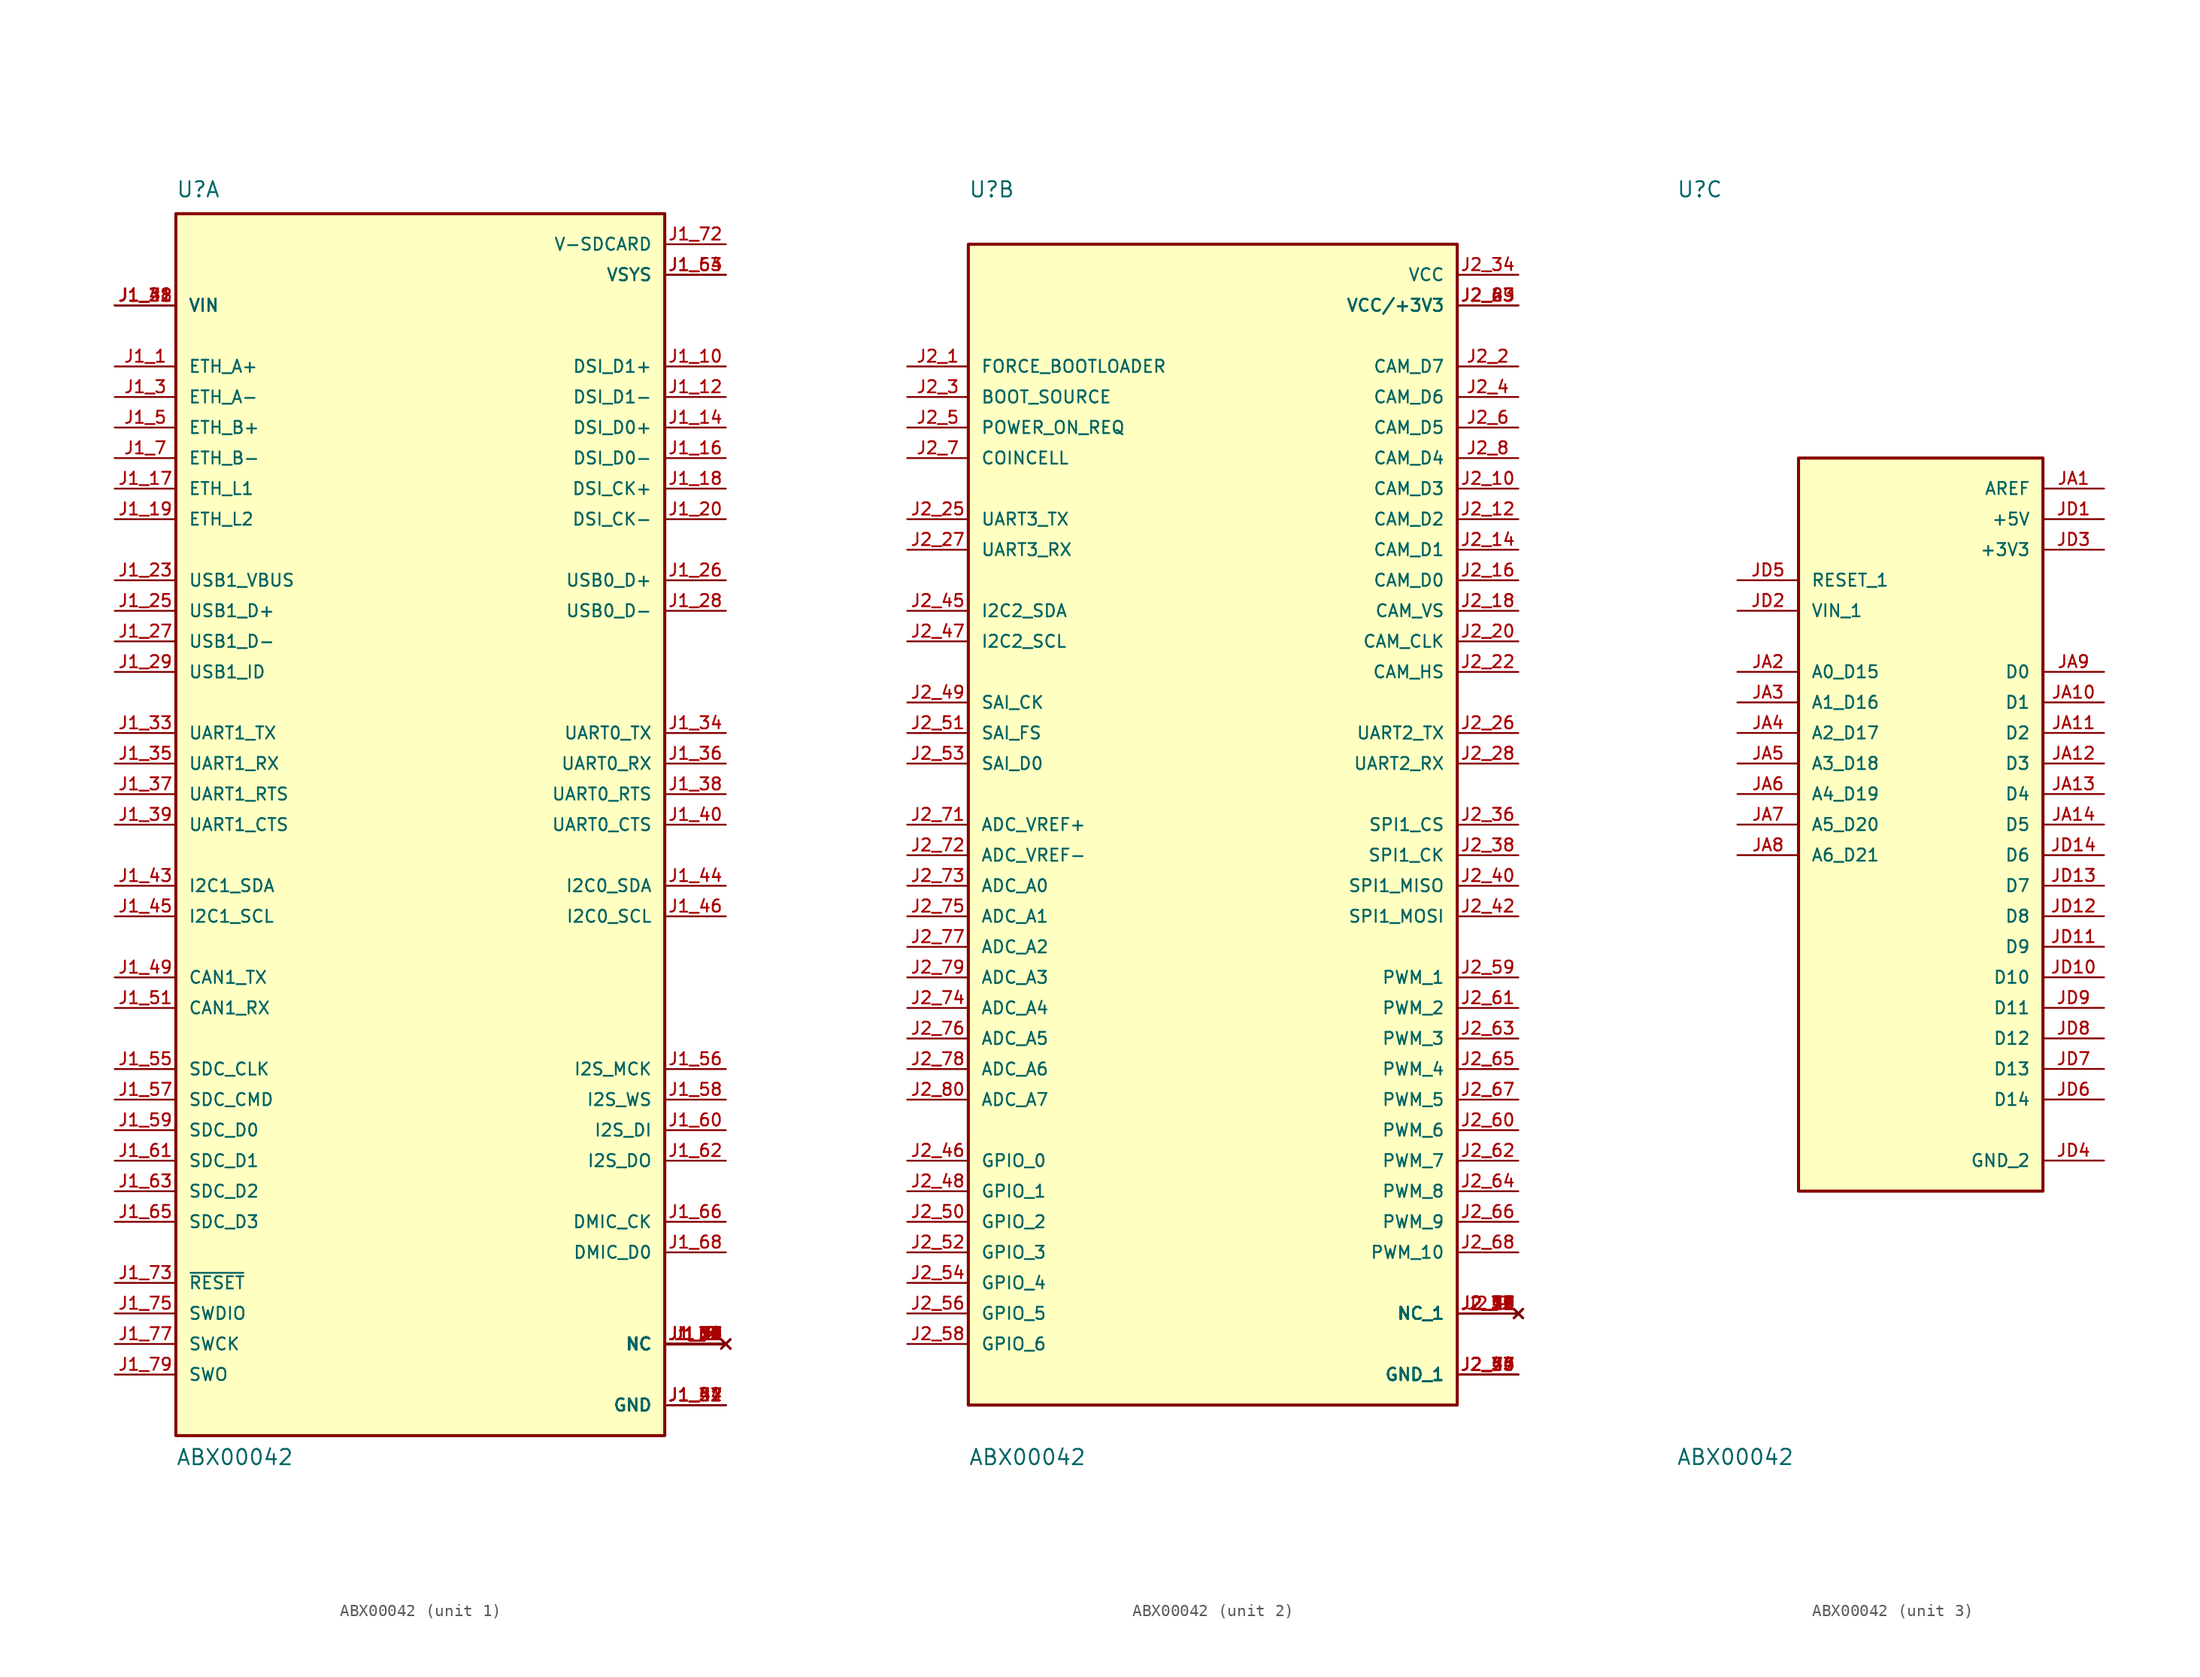
<source format=kicad_sym>
(kicad_symbol_lib
  (version 20220914)
  (generator kicad_symbol_editor)
  (symbol "ABX00042"
    (pin_names
      (offset 1.016))
    (property "Reference" "U"
      (at -20.32 52.07 0)
      (effects (font (size 1.27 1.27)) (justify left bottom)))
    (property "Value" "ABX00042"
      (at -20.32 -53.34 0)
      (effects (font (size 1.27 1.27)) (justify left bottom)))
    (symbol "ABX00042_1_0"
      (rectangle (start -20.32 50.8) (end 20.32 -50.8) (stroke (width 0.254) (type default)) (fill (type background)))
      (pin input line (at -25.4 38.1 0) (length 5.08) (name "ETH_A+" (effects (font (size 1.016 1.016)))) (number "J1_1" (effects (font (size 1.016 1.016)))))
      (pin bidirectional line (at 25.4 38.1 180) (length 5.08) (name "DSI_D1+" (effects (font (size 1.016 1.016)))) (number "J1_10" (effects (font (size 1.016 1.016)))))
      (pin no_connect line (at 25.4 -43.18 180) (length 5.08) (name "NC" (effects (font (size 1.016 1.016)))) (number "J1_11" (effects (font (size 1.016 1.016)))))
      (pin bidirectional line (at 25.4 35.56 180) (length 5.08) (name "DSI_D1-" (effects (font (size 1.016 1.016)))) (number "J1_12" (effects (font (size 1.016 1.016)))))
      (pin no_connect line (at 25.4 -43.18 180) (length 5.08) (name "NC" (effects (font (size 1.016 1.016)))) (number "J1_13" (effects (font (size 1.016 1.016)))))
      (pin bidirectional line (at 25.4 33.02 180) (length 5.08) (name "DSI_D0+" (effects (font (size 1.016 1.016)))) (number "J1_14" (effects (font (size 1.016 1.016)))))
      (pin no_connect line (at 25.4 -43.18 180) (length 5.08) (name "NC" (effects (font (size 1.016 1.016)))) (number "J1_15" (effects (font (size 1.016 1.016)))))
      (pin bidirectional line (at 25.4 30.48 180) (length 5.08) (name "DSI_D0-" (effects (font (size 1.016 1.016)))) (number "J1_16" (effects (font (size 1.016 1.016)))))
      (pin output line (at -25.4 27.94 0) (length 5.08) (name "ETH_L1" (effects (font (size 1.016 1.016)))) (number "J1_17" (effects (font (size 1.016 1.016)))))
      (pin bidirectional line (at 25.4 27.94 180) (length 5.08) (name "DSI_CK+" (effects (font (size 1.016 1.016)))) (number "J1_18" (effects (font (size 1.016 1.016)))))
      (pin output line (at -25.4 25.4 0) (length 5.08) (name "ETH_L2" (effects (font (size 1.016 1.016)))) (number "J1_19" (effects (font (size 1.016 1.016)))))
      (pin no_connect line (at 25.4 -43.18 180) (length 5.08) (name "NC" (effects (font (size 1.016 1.016)))) (number "J1_2" (effects (font (size 1.016 1.016)))))
      (pin bidirectional line (at 25.4 25.4 180) (length 5.08) (name "DSI_CK-" (effects (font (size 1.016 1.016)))) (number "J1_20" (effects (font (size 1.016 1.016)))))
      (pin input line (at -25.4 43.18 0) (length 5.08) (name "VIN" (effects (font (size 1.016 1.016)))) (number "J1_21" (effects (font (size 1.016 1.016)))))
      (pin power_in line (at 25.4 -48.26 180) (length 5.08) (name "GND" (effects (font (size 1.016 1.016)))) (number "J1_22" (effects (font (size 1.016 1.016)))))
      (pin power_in line (at -25.4 20.32 0) (length 5.08) (name "USB1_VBUS" (effects (font (size 1.016 1.016)))) (number "J1_23" (effects (font (size 1.016 1.016)))))
      (pin no_connect line (at 25.4 -43.18 180) (length 5.08) (name "NC" (effects (font (size 1.016 1.016)))) (number "J1_24" (effects (font (size 1.016 1.016)))))
      (pin bidirectional line (at -25.4 17.78 0) (length 5.08) (name "USB1_D+" (effects (font (size 1.016 1.016)))) (number "J1_25" (effects (font (size 1.016 1.016)))))
      (pin bidirectional line (at 25.4 20.32 180) (length 5.08) (name "USB0_D+" (effects (font (size 1.016 1.016)))) (number "J1_26" (effects (font (size 1.016 1.016)))))
      (pin bidirectional line (at -25.4 15.24 0) (length 5.08) (name "USB1_D-" (effects (font (size 1.016 1.016)))) (number "J1_27" (effects (font (size 1.016 1.016)))))
      (pin bidirectional line (at 25.4 17.78 180) (length 5.08) (name "USB0_D-" (effects (font (size 1.016 1.016)))) (number "J1_28" (effects (font (size 1.016 1.016)))))
      (pin bidirectional line (at -25.4 12.7 0) (length 5.08) (name "USB1_ID" (effects (font (size 1.016 1.016)))) (number "J1_29" (effects (font (size 1.016 1.016)))))
      (pin input line (at -25.4 35.56 0) (length 5.08) (name "ETH_A-" (effects (font (size 1.016 1.016)))) (number "J1_3" (effects (font (size 1.016 1.016)))))
      (pin no_connect line (at 25.4 -43.18 180) (length 5.08) (name "NC" (effects (font (size 1.016 1.016)))) (number "J1_30" (effects (font (size 1.016 1.016)))))
      (pin power_in line (at 25.4 -48.26 180) (length 5.08) (name "GND" (effects (font (size 1.016 1.016)))) (number "J1_31" (effects (font (size 1.016 1.016)))))
      (pin input line (at -25.4 43.18 0) (length 5.08) (name "VIN" (effects (font (size 1.016 1.016)))) (number "J1_32" (effects (font (size 1.016 1.016)))))
      (pin output line (at -25.4 7.62 0) (length 5.08) (name "UART1_TX" (effects (font (size 1.016 1.016)))) (number "J1_33" (effects (font (size 1.016 1.016)))))
      (pin output line (at 25.4 7.62 180) (length 5.08) (name "UART0_TX" (effects (font (size 1.016 1.016)))) (number "J1_34" (effects (font (size 1.016 1.016)))))
      (pin input line (at -25.4 5.08 0) (length 5.08) (name "UART1_RX" (effects (font (size 1.016 1.016)))) (number "J1_35" (effects (font (size 1.016 1.016)))))
      (pin input line (at 25.4 5.08 180) (length 5.08) (name "UART0_RX" (effects (font (size 1.016 1.016)))) (number "J1_36" (effects (font (size 1.016 1.016)))))
      (pin bidirectional line (at -25.4 2.54 0) (length 5.08) (name "UART1_RTS" (effects (font (size 1.016 1.016)))) (number "J1_37" (effects (font (size 1.016 1.016)))))
      (pin bidirectional line (at 25.4 2.54 180) (length 5.08) (name "UART0_RTS" (effects (font (size 1.016 1.016)))) (number "J1_38" (effects (font (size 1.016 1.016)))))
      (pin bidirectional line (at -25.4 0 0) (length 5.08) (name "UART1_CTS" (effects (font (size 1.016 1.016)))) (number "J1_39" (effects (font (size 1.016 1.016)))))
      (pin no_connect line (at 25.4 -43.18 180) (length 5.08) (name "NC" (effects (font (size 1.016 1.016)))) (number "J1_4" (effects (font (size 1.016 1.016)))))
      (pin bidirectional line (at 25.4 0 180) (length 5.08) (name "UART0_CTS" (effects (font (size 1.016 1.016)))) (number "J1_40" (effects (font (size 1.016 1.016)))))
      (pin input line (at -25.4 43.18 0) (length 5.08) (name "VIN" (effects (font (size 1.016 1.016)))) (number "J1_41" (effects (font (size 1.016 1.016)))))
      (pin power_in line (at 25.4 -48.26 180) (length 5.08) (name "GND" (effects (font (size 1.016 1.016)))) (number "J1_42" (effects (font (size 1.016 1.016)))))
      (pin bidirectional line (at -25.4 -5.08 0) (length 5.08) (name "I2C1_SDA" (effects (font (size 1.016 1.016)))) (number "J1_43" (effects (font (size 1.016 1.016)))))
      (pin bidirectional line (at 25.4 -5.08 180) (length 5.08) (name "I2C0_SDA" (effects (font (size 1.016 1.016)))) (number "J1_44" (effects (font (size 1.016 1.016)))))
      (pin input line (at -25.4 -7.62 0) (length 5.08) (name "I2C1_SCL" (effects (font (size 1.016 1.016)))) (number "J1_45" (effects (font (size 1.016 1.016)))))
      (pin input line (at 25.4 -7.62 180) (length 5.08) (name "I2C0_SCL" (effects (font (size 1.016 1.016)))) (number "J1_46" (effects (font (size 1.016 1.016)))))
      (pin power_in line (at 25.4 -48.26 180) (length 5.08) (name "GND" (effects (font (size 1.016 1.016)))) (number "J1_47" (effects (font (size 1.016 1.016)))))
      (pin input line (at -25.4 43.18 0) (length 5.08) (name "VIN" (effects (font (size 1.016 1.016)))) (number "J1_48" (effects (font (size 1.016 1.016)))))
      (pin output line (at -25.4 -12.7 0) (length 5.08) (name "CAN1_TX" (effects (font (size 1.016 1.016)))) (number "J1_49" (effects (font (size 1.016 1.016)))))
      (pin input line (at -25.4 33.02 0) (length 5.08) (name "ETH_B+" (effects (font (size 1.016 1.016)))) (number "J1_5" (effects (font (size 1.016 1.016)))))
      (pin no_connect line (at 25.4 -43.18 180) (length 5.08) (name "NC" (effects (font (size 1.016 1.016)))) (number "J1_50" (effects (font (size 1.016 1.016)))))
      (pin input line (at -25.4 -15.24 0) (length 5.08) (name "CAN1_RX" (effects (font (size 1.016 1.016)))) (number "J1_51" (effects (font (size 1.016 1.016)))))
      (pin no_connect line (at 25.4 -43.18 180) (length 5.08) (name "NC" (effects (font (size 1.016 1.016)))) (number "J1_52" (effects (font (size 1.016 1.016)))))
      (pin power_in line (at 25.4 45.72 180) (length 5.08) (name "VSYS" (effects (font (size 1.016 1.016)))) (number "J1_53" (effects (font (size 1.016 1.016)))))
      (pin power_in line (at 25.4 -48.26 180) (length 5.08) (name "GND" (effects (font (size 1.016 1.016)))) (number "J1_54" (effects (font (size 1.016 1.016)))))
      (pin input line (at -25.4 -20.32 0) (length 5.08) (name "SDC_CLK" (effects (font (size 1.016 1.016)))) (number "J1_55" (effects (font (size 1.016 1.016)))))
      (pin bidirectional line (at 25.4 -20.32 180) (length 5.08) (name "I2S_MCK" (effects (font (size 1.016 1.016)))) (number "J1_56" (effects (font (size 1.016 1.016)))))
      (pin input line (at -25.4 -22.86 0) (length 5.08) (name "SDC_CMD" (effects (font (size 1.016 1.016)))) (number "J1_57" (effects (font (size 1.016 1.016)))))
      (pin bidirectional line (at 25.4 -22.86 180) (length 5.08) (name "I2S_WS" (effects (font (size 1.016 1.016)))) (number "J1_58" (effects (font (size 1.016 1.016)))))
      (pin bidirectional line (at -25.4 -25.4 0) (length 5.08) (name "SDC_D0" (effects (font (size 1.016 1.016)))) (number "J1_59" (effects (font (size 1.016 1.016)))))
      (pin no_connect line (at 25.4 -43.18 180) (length 5.08) (name "NC" (effects (font (size 1.016 1.016)))) (number "J1_6" (effects (font (size 1.016 1.016)))))
      (pin input line (at 25.4 -25.4 180) (length 5.08) (name "I2S_DI" (effects (font (size 1.016 1.016)))) (number "J1_60" (effects (font (size 1.016 1.016)))))
      (pin bidirectional line (at -25.4 -27.94 0) (length 5.08) (name "SDC_D1" (effects (font (size 1.016 1.016)))) (number "J1_61" (effects (font (size 1.016 1.016)))))
      (pin output line (at 25.4 -27.94 180) (length 5.08) (name "I2S_DO" (effects (font (size 1.016 1.016)))) (number "J1_62" (effects (font (size 1.016 1.016)))))
      (pin bidirectional line (at -25.4 -30.48 0) (length 5.08) (name "SDC_D2" (effects (font (size 1.016 1.016)))) (number "J1_63" (effects (font (size 1.016 1.016)))))
      (pin power_in line (at 25.4 45.72 180) (length 5.08) (name "VSYS" (effects (font (size 1.016 1.016)))) (number "J1_64" (effects (font (size 1.016 1.016)))))
      (pin bidirectional line (at -25.4 -33.02 0) (length 5.08) (name "SDC_D3" (effects (font (size 1.016 1.016)))) (number "J1_65" (effects (font (size 1.016 1.016)))))
      (pin bidirectional line (at 25.4 -33.02 180) (length 5.08) (name "DMIC_CK" (effects (font (size 1.016 1.016)))) (number "J1_66" (effects (font (size 1.016 1.016)))))
      (pin no_connect line (at 25.4 -43.18 180) (length 5.08) (name "NC" (effects (font (size 1.016 1.016)))) (number "J1_67" (effects (font (size 1.016 1.016)))))
      (pin bidirectional line (at 25.4 -35.56 180) (length 5.08) (name "DMIC_D0" (effects (font (size 1.016 1.016)))) (number "J1_68" (effects (font (size 1.016 1.016)))))
      (pin no_connect line (at 25.4 -43.18 180) (length 5.08) (name "NC" (effects (font (size 1.016 1.016)))) (number "J1_69" (effects (font (size 1.016 1.016)))))
      (pin input line (at -25.4 30.48 0) (length 5.08) (name "ETH_B-" (effects (font (size 1.016 1.016)))) (number "J1_7" (effects (font (size 1.016 1.016)))))
      (pin no_connect line (at 25.4 -43.18 180) (length 5.08) (name "NC" (effects (font (size 1.016 1.016)))) (number "J1_70" (effects (font (size 1.016 1.016)))))
      (pin no_connect line (at 25.4 -43.18 180) (length 5.08) (name "NC" (effects (font (size 1.016 1.016)))) (number "J1_71" (effects (font (size 1.016 1.016)))))
      (pin power_in line (at 25.4 48.26 180) (length 5.08) (name "V-SDCARD" (effects (font (size 1.016 1.016)))) (number "J1_72" (effects (font (size 1.016 1.016)))))
      (pin input line (at -25.4 -38.1 0) (length 5.08) (name "~{RESET}" (effects (font (size 1.016 1.016)))) (number "J1_73" (effects (font (size 1.016 1.016)))))
      (pin no_connect line (at 25.4 -43.18 180) (length 5.08) (name "NC" (effects (font (size 1.016 1.016)))) (number "J1_74" (effects (font (size 1.016 1.016)))))
      (pin bidirectional line (at -25.4 -40.64 0) (length 5.08) (name "SWDIO" (effects (font (size 1.016 1.016)))) (number "J1_75" (effects (font (size 1.016 1.016)))))
      (pin no_connect line (at 25.4 -43.18 180) (length 5.08) (name "NC" (effects (font (size 1.016 1.016)))) (number "J1_76" (effects (font (size 1.016 1.016)))))
      (pin input line (at -25.4 -43.18 0) (length 5.08) (name "SWCK" (effects (font (size 1.016 1.016)))) (number "J1_77" (effects (font (size 1.016 1.016)))))
      (pin no_connect line (at 25.4 -43.18 180) (length 5.08) (name "NC" (effects (font (size 1.016 1.016)))) (number "J1_78" (effects (font (size 1.016 1.016)))))
      (pin output line (at -25.4 -45.72 0) (length 5.08) (name "SWO" (effects (font (size 1.016 1.016)))) (number "J1_79" (effects (font (size 1.016 1.016)))))
      (pin no_connect line (at 25.4 -43.18 180) (length 5.08) (name "NC" (effects (font (size 1.016 1.016)))) (number "J1_8" (effects (font (size 1.016 1.016)))))
      (pin no_connect line (at 25.4 -43.18 180) (length 5.08) (name "NC" (effects (font (size 1.016 1.016)))) (number "J1_80" (effects (font (size 1.016 1.016)))))
      (pin no_connect line (at 25.4 -43.18 180) (length 5.08) (name "NC" (effects (font (size 1.016 1.016)))) (number "J1_9" (effects (font (size 1.016 1.016))))))
    (symbol "ABX00042_2_0"
      (rectangle (start -20.32 -48.26) (end 20.32 48.26) (stroke (width 0.254) (type default)) (fill (type background)))
      (pin input line (at -25.4 38.1 0) (length 5.08) (name "FORCE_BOOTLOADER" (effects (font (size 1.016 1.016)))) (number "J2_1" (effects (font (size 1.016 1.016)))))
      (pin bidirectional line (at 25.4 27.94 180) (length 5.08) (name "CAM_D3" (effects (font (size 1.016 1.016)))) (number "J2_10" (effects (font (size 1.016 1.016)))))
      (pin no_connect line (at 25.4 -40.64 180) (length 5.08) (name "NC_1" (effects (font (size 1.016 1.016)))) (number "J2_11" (effects (font (size 1.016 1.016)))))
      (pin bidirectional line (at 25.4 25.4 180) (length 5.08) (name "CAM_D2" (effects (font (size 1.016 1.016)))) (number "J2_12" (effects (font (size 1.016 1.016)))))
      (pin no_connect line (at 25.4 -40.64 180) (length 5.08) (name "NC_1" (effects (font (size 1.016 1.016)))) (number "J2_13" (effects (font (size 1.016 1.016)))))
      (pin bidirectional line (at 25.4 22.86 180) (length 5.08) (name "CAM_D1" (effects (font (size 1.016 1.016)))) (number "J2_14" (effects (font (size 1.016 1.016)))))
      (pin no_connect line (at 25.4 -40.64 180) (length 5.08) (name "NC_1" (effects (font (size 1.016 1.016)))) (number "J2_15" (effects (font (size 1.016 1.016)))))
      (pin bidirectional line (at 25.4 20.32 180) (length 5.08) (name "CAM_D0" (effects (font (size 1.016 1.016)))) (number "J2_16" (effects (font (size 1.016 1.016)))))
      (pin no_connect line (at 25.4 -40.64 180) (length 5.08) (name "NC_1" (effects (font (size 1.016 1.016)))) (number "J2_17" (effects (font (size 1.016 1.016)))))
      (pin bidirectional line (at 25.4 17.78 180) (length 5.08) (name "CAM_VS" (effects (font (size 1.016 1.016)))) (number "J2_18" (effects (font (size 1.016 1.016)))))
      (pin no_connect line (at 25.4 -40.64 180) (length 5.08) (name "NC_1" (effects (font (size 1.016 1.016)))) (number "J2_19" (effects (font (size 1.016 1.016)))))
      (pin bidirectional line (at 25.4 38.1 180) (length 5.08) (name "CAM_D7" (effects (font (size 1.016 1.016)))) (number "J2_2" (effects (font (size 1.016 1.016)))))
      (pin bidirectional line (at 25.4 15.24 180) (length 5.08) (name "CAM_CLK" (effects (font (size 1.016 1.016)))) (number "J2_20" (effects (font (size 1.016 1.016)))))
      (pin no_connect line (at 25.4 -40.64 180) (length 5.08) (name "NC_1" (effects (font (size 1.016 1.016)))) (number "J2_21" (effects (font (size 1.016 1.016)))))
      (pin bidirectional line (at 25.4 12.7 180) (length 5.08) (name "CAM_HS" (effects (font (size 1.016 1.016)))) (number "J2_22" (effects (font (size 1.016 1.016)))))
      (pin power_in line (at 25.4 43.18 180) (length 5.08) (name "VCC/+3V3" (effects (font (size 1.016 1.016)))) (number "J2_23" (effects (font (size 1.016 1.016)))))
      (pin power_in line (at 25.4 -45.72 180) (length 5.08) (name "GND_1" (effects (font (size 1.016 1.016)))) (number "J2_24" (effects (font (size 1.016 1.016)))))
      (pin output line (at -25.4 25.4 0) (length 5.08) (name "UART3_TX" (effects (font (size 1.016 1.016)))) (number "J2_25" (effects (font (size 1.016 1.016)))))
      (pin output line (at 25.4 7.62 180) (length 5.08) (name "UART2_TX" (effects (font (size 1.016 1.016)))) (number "J2_26" (effects (font (size 1.016 1.016)))))
      (pin input line (at -25.4 22.86 0) (length 5.08) (name "UART3_RX" (effects (font (size 1.016 1.016)))) (number "J2_27" (effects (font (size 1.016 1.016)))))
      (pin input line (at 25.4 5.08 180) (length 5.08) (name "UART2_RX" (effects (font (size 1.016 1.016)))) (number "J2_28" (effects (font (size 1.016 1.016)))))
      (pin no_connect line (at 25.4 -40.64 180) (length 5.08) (name "NC_1" (effects (font (size 1.016 1.016)))) (number "J2_29" (effects (font (size 1.016 1.016)))))
      (pin input line (at -25.4 35.56 0) (length 5.08) (name "BOOT_SOURCE" (effects (font (size 1.016 1.016)))) (number "J2_3" (effects (font (size 1.016 1.016)))))
      (pin no_connect line (at 25.4 -40.64 180) (length 5.08) (name "NC_1" (effects (font (size 1.016 1.016)))) (number "J2_30" (effects (font (size 1.016 1.016)))))
      (pin no_connect line (at 25.4 -40.64 180) (length 5.08) (name "NC_1" (effects (font (size 1.016 1.016)))) (number "J2_31" (effects (font (size 1.016 1.016)))))
      (pin no_connect line (at 25.4 -40.64 180) (length 5.08) (name "NC_1" (effects (font (size 1.016 1.016)))) (number "J2_32" (effects (font (size 1.016 1.016)))))
      (pin power_in line (at 25.4 -45.72 180) (length 5.08) (name "GND_1" (effects (font (size 1.016 1.016)))) (number "J2_33" (effects (font (size 1.016 1.016)))))
      (pin power_in line (at 25.4 45.72 180) (length 5.08) (name "VCC" (effects (font (size 1.016 1.016)))) (number "J2_34" (effects (font (size 1.016 1.016)))))
      (pin no_connect line (at 25.4 -40.64 180) (length 5.08) (name "NC_1" (effects (font (size 1.016 1.016)))) (number "J2_35" (effects (font (size 1.016 1.016)))))
      (pin input line (at 25.4 0 180) (length 5.08) (name "SPI1_CS" (effects (font (size 1.016 1.016)))) (number "J2_36" (effects (font (size 1.016 1.016)))))
      (pin no_connect line (at 25.4 -40.64 180) (length 5.08) (name "NC_1" (effects (font (size 1.016 1.016)))) (number "J2_37" (effects (font (size 1.016 1.016)))))
      (pin input line (at 25.4 -2.54 180) (length 5.08) (name "SPI1_CK" (effects (font (size 1.016 1.016)))) (number "J2_38" (effects (font (size 1.016 1.016)))))
      (pin no_connect line (at 25.4 -40.64 180) (length 5.08) (name "NC_1" (effects (font (size 1.016 1.016)))) (number "J2_39" (effects (font (size 1.016 1.016)))))
      (pin bidirectional line (at 25.4 35.56 180) (length 5.08) (name "CAM_D6" (effects (font (size 1.016 1.016)))) (number "J2_4" (effects (font (size 1.016 1.016)))))
      (pin output line (at 25.4 -5.08 180) (length 5.08) (name "SPI1_MISO" (effects (font (size 1.016 1.016)))) (number "J2_40" (effects (font (size 1.016 1.016)))))
      (pin no_connect line (at 25.4 -40.64 180) (length 5.08) (name "NC_1" (effects (font (size 1.016 1.016)))) (number "J2_41" (effects (font (size 1.016 1.016)))))
      (pin input line (at 25.4 -7.62 180) (length 5.08) (name "SPI1_MOSI" (effects (font (size 1.016 1.016)))) (number "J2_42" (effects (font (size 1.016 1.016)))))
      (pin power_in line (at 25.4 43.18 180) (length 5.08) (name "VCC/+3V3" (effects (font (size 1.016 1.016)))) (number "J2_43" (effects (font (size 1.016 1.016)))))
      (pin power_in line (at 25.4 -45.72 180) (length 5.08) (name "GND_1" (effects (font (size 1.016 1.016)))) (number "J2_44" (effects (font (size 1.016 1.016)))))
      (pin bidirectional line (at -25.4 17.78 0) (length 5.08) (name "I2C2_SDA" (effects (font (size 1.016 1.016)))) (number "J2_45" (effects (font (size 1.016 1.016)))))
      (pin bidirectional line (at -25.4 -27.94 0) (length 5.08) (name "GPIO_0" (effects (font (size 1.016 1.016)))) (number "J2_46" (effects (font (size 1.016 1.016)))))
      (pin input line (at -25.4 15.24 0) (length 5.08) (name "I2C2_SCL" (effects (font (size 1.016 1.016)))) (number "J2_47" (effects (font (size 1.016 1.016)))))
      (pin bidirectional line (at -25.4 -30.48 0) (length 5.08) (name "GPIO_1" (effects (font (size 1.016 1.016)))) (number "J2_48" (effects (font (size 1.016 1.016)))))
      (pin input line (at -25.4 10.16 0) (length 5.08) (name "SAI_CK" (effects (font (size 1.016 1.016)))) (number "J2_49" (effects (font (size 1.016 1.016)))))
      (pin input line (at -25.4 33.02 0) (length 5.08) (name "POWER_ON_REQ" (effects (font (size 1.016 1.016)))) (number "J2_5" (effects (font (size 1.016 1.016)))))
      (pin bidirectional line (at -25.4 -33.02 0) (length 5.08) (name "GPIO_2" (effects (font (size 1.016 1.016)))) (number "J2_50" (effects (font (size 1.016 1.016)))))
      (pin bidirectional line (at -25.4 7.62 0) (length 5.08) (name "SAI_FS" (effects (font (size 1.016 1.016)))) (number "J2_51" (effects (font (size 1.016 1.016)))))
      (pin bidirectional line (at -25.4 -35.56 0) (length 5.08) (name "GPIO_3" (effects (font (size 1.016 1.016)))) (number "J2_52" (effects (font (size 1.016 1.016)))))
      (pin bidirectional line (at -25.4 5.08 0) (length 5.08) (name "SAI_D0" (effects (font (size 1.016 1.016)))) (number "J2_53" (effects (font (size 1.016 1.016)))))
      (pin bidirectional line (at -25.4 -38.1 0) (length 5.08) (name "GPIO_4" (effects (font (size 1.016 1.016)))) (number "J2_54" (effects (font (size 1.016 1.016)))))
      (pin no_connect line (at 25.4 -40.64 180) (length 5.08) (name "NC_1" (effects (font (size 1.016 1.016)))) (number "J2_55" (effects (font (size 1.016 1.016)))))
      (pin bidirectional line (at -25.4 -40.64 0) (length 5.08) (name "GPIO_5" (effects (font (size 1.016 1.016)))) (number "J2_56" (effects (font (size 1.016 1.016)))))
      (pin power_in line (at 25.4 -45.72 180) (length 5.08) (name "GND_1" (effects (font (size 1.016 1.016)))) (number "J2_57" (effects (font (size 1.016 1.016)))))
      (pin bidirectional line (at -25.4 -43.18 0) (length 5.08) (name "GPIO_6" (effects (font (size 1.016 1.016)))) (number "J2_58" (effects (font (size 1.016 1.016)))))
      (pin bidirectional line (at 25.4 -12.7 180) (length 5.08) (name "PWM_1" (effects (font (size 1.016 1.016)))) (number "J2_59" (effects (font (size 1.016 1.016)))))
      (pin bidirectional line (at 25.4 33.02 180) (length 5.08) (name "CAM_D5" (effects (font (size 1.016 1.016)))) (number "J2_6" (effects (font (size 1.016 1.016)))))
      (pin bidirectional line (at 25.4 -25.4 180) (length 5.08) (name "PWM_6" (effects (font (size 1.016 1.016)))) (number "J2_60" (effects (font (size 1.016 1.016)))))
      (pin bidirectional line (at 25.4 -15.24 180) (length 5.08) (name "PWM_2" (effects (font (size 1.016 1.016)))) (number "J2_61" (effects (font (size 1.016 1.016)))))
      (pin bidirectional line (at 25.4 -27.94 180) (length 5.08) (name "PWM_7" (effects (font (size 1.016 1.016)))) (number "J2_62" (effects (font (size 1.016 1.016)))))
      (pin bidirectional line (at 25.4 -17.78 180) (length 5.08) (name "PWM_3" (effects (font (size 1.016 1.016)))) (number "J2_63" (effects (font (size 1.016 1.016)))))
      (pin bidirectional line (at 25.4 -30.48 180) (length 5.08) (name "PWM_8" (effects (font (size 1.016 1.016)))) (number "J2_64" (effects (font (size 1.016 1.016)))))
      (pin bidirectional line (at 25.4 -20.32 180) (length 5.08) (name "PWM_4" (effects (font (size 1.016 1.016)))) (number "J2_65" (effects (font (size 1.016 1.016)))))
      (pin bidirectional line (at 25.4 -33.02 180) (length 5.08) (name "PWM_9" (effects (font (size 1.016 1.016)))) (number "J2_66" (effects (font (size 1.016 1.016)))))
      (pin bidirectional line (at 25.4 -22.86 180) (length 5.08) (name "PWM_5" (effects (font (size 1.016 1.016)))) (number "J2_67" (effects (font (size 1.016 1.016)))))
      (pin bidirectional line (at 25.4 -35.56 180) (length 5.08) (name "PWM_10" (effects (font (size 1.016 1.016)))) (number "J2_68" (effects (font (size 1.016 1.016)))))
      (pin power_in line (at 25.4 43.18 180) (length 5.08) (name "VCC/+3V3" (effects (font (size 1.016 1.016)))) (number "J2_69" (effects (font (size 1.016 1.016)))))
      (pin input line (at -25.4 30.48 0) (length 5.08) (name "COINCELL" (effects (font (size 1.016 1.016)))) (number "J2_7" (effects (font (size 1.016 1.016)))))
      (pin power_in line (at 25.4 -45.72 180) (length 5.08) (name "GND_1" (effects (font (size 1.016 1.016)))) (number "J2_70" (effects (font (size 1.016 1.016)))))
      (pin input line (at -25.4 0 0) (length 5.08) (name "ADC_VREF+" (effects (font (size 1.016 1.016)))) (number "J2_71" (effects (font (size 1.016 1.016)))))
      (pin input line (at -25.4 -2.54 0) (length 5.08) (name "ADC_VREF-" (effects (font (size 1.016 1.016)))) (number "J2_72" (effects (font (size 1.016 1.016)))))
      (pin input line (at -25.4 -5.08 0) (length 5.08) (name "ADC_A0" (effects (font (size 1.016 1.016)))) (number "J2_73" (effects (font (size 1.016 1.016)))))
      (pin input line (at -25.4 -15.24 0) (length 5.08) (name "ADC_A4" (effects (font (size 1.016 1.016)))) (number "J2_74" (effects (font (size 1.016 1.016)))))
      (pin input line (at -25.4 -7.62 0) (length 5.08) (name "ADC_A1" (effects (font (size 1.016 1.016)))) (number "J2_75" (effects (font (size 1.016 1.016)))))
      (pin input line (at -25.4 -17.78 0) (length 5.08) (name "ADC_A5" (effects (font (size 1.016 1.016)))) (number "J2_76" (effects (font (size 1.016 1.016)))))
      (pin input line (at -25.4 -10.16 0) (length 5.08) (name "ADC_A2" (effects (font (size 1.016 1.016)))) (number "J2_77" (effects (font (size 1.016 1.016)))))
      (pin input line (at -25.4 -20.32 0) (length 5.08) (name "ADC_A6" (effects (font (size 1.016 1.016)))) (number "J2_78" (effects (font (size 1.016 1.016)))))
      (pin input line (at -25.4 -12.7 0) (length 5.08) (name "ADC_A3" (effects (font (size 1.016 1.016)))) (number "J2_79" (effects (font (size 1.016 1.016)))))
      (pin bidirectional line (at 25.4 30.48 180) (length 5.08) (name "CAM_D4" (effects (font (size 1.016 1.016)))) (number "J2_8" (effects (font (size 1.016 1.016)))))
      (pin input line (at -25.4 -22.86 0) (length 5.08) (name "ADC_A7" (effects (font (size 1.016 1.016)))) (number "J2_80" (effects (font (size 1.016 1.016)))))
      (pin no_connect line (at 25.4 -40.64 180) (length 5.08) (name "NC_1" (effects (font (size 1.016 1.016)))) (number "J2_9" (effects (font (size 1.016 1.016))))))
    (symbol "ABX00042_3_0"
      (rectangle (start -10.16 -30.48) (end 10.16 30.48) (stroke (width 0.254) (type default)) (fill (type background)))
      (pin power_in line (at 15.24 27.94 180) (length 5.08) (name "AREF" (effects (font (size 1.016 1.016)))) (number "JA1" (effects (font (size 1.016 1.016)))))
      (pin bidirectional line (at 15.24 10.16 180) (length 5.08) (name "D1" (effects (font (size 1.016 1.016)))) (number "JA10" (effects (font (size 1.016 1.016)))))
      (pin bidirectional line (at 15.24 7.62 180) (length 5.08) (name "D2" (effects (font (size 1.016 1.016)))) (number "JA11" (effects (font (size 1.016 1.016)))))
      (pin bidirectional line (at 15.24 5.08 180) (length 5.08) (name "D3" (effects (font (size 1.016 1.016)))) (number "JA12" (effects (font (size 1.016 1.016)))))
      (pin bidirectional line (at 15.24 2.54 180) (length 5.08) (name "D4" (effects (font (size 1.016 1.016)))) (number "JA13" (effects (font (size 1.016 1.016)))))
      (pin bidirectional line (at 15.24 0 180) (length 5.08) (name "D5" (effects (font (size 1.016 1.016)))) (number "JA14" (effects (font (size 1.016 1.016)))))
      (pin bidirectional line (at -15.24 12.7 0) (length 5.08) (name "A0_D15" (effects (font (size 1.016 1.016)))) (number "JA2" (effects (font (size 1.016 1.016)))))
      (pin bidirectional line (at -15.24 10.16 0) (length 5.08) (name "A1_D16" (effects (font (size 1.016 1.016)))) (number "JA3" (effects (font (size 1.016 1.016)))))
      (pin bidirectional line (at -15.24 7.62 0) (length 5.08) (name "A2_D17" (effects (font (size 1.016 1.016)))) (number "JA4" (effects (font (size 1.016 1.016)))))
      (pin bidirectional line (at -15.24 5.08 0) (length 5.08) (name "A3_D18" (effects (font (size 1.016 1.016)))) (number "JA5" (effects (font (size 1.016 1.016)))))
      (pin bidirectional line (at -15.24 2.54 0) (length 5.08) (name "A4_D19" (effects (font (size 1.016 1.016)))) (number "JA6" (effects (font (size 1.016 1.016)))))
      (pin bidirectional line (at -15.24 0 0) (length 5.08) (name "A5_D20" (effects (font (size 1.016 1.016)))) (number "JA7" (effects (font (size 1.016 1.016)))))
      (pin bidirectional line (at -15.24 -2.54 0) (length 5.08) (name "A6_D21" (effects (font (size 1.016 1.016)))) (number "JA8" (effects (font (size 1.016 1.016)))))
      (pin bidirectional line (at 15.24 12.7 180) (length 5.08) (name "D0" (effects (font (size 1.016 1.016)))) (number "JA9" (effects (font (size 1.016 1.016)))))
      (pin power_in line (at 15.24 25.4 180) (length 5.08) (name "+5V" (effects (font (size 1.016 1.016)))) (number "JD1" (effects (font (size 1.016 1.016)))))
      (pin bidirectional line (at 15.24 -12.7 180) (length 5.08) (name "D10" (effects (font (size 1.016 1.016)))) (number "JD10" (effects (font (size 1.016 1.016)))))
      (pin bidirectional line (at 15.24 -10.16 180) (length 5.08) (name "D9" (effects (font (size 1.016 1.016)))) (number "JD11" (effects (font (size 1.016 1.016)))))
      (pin bidirectional line (at 15.24 -7.62 180) (length 5.08) (name "D8" (effects (font (size 1.016 1.016)))) (number "JD12" (effects (font (size 1.016 1.016)))))
      (pin bidirectional line (at 15.24 -5.08 180) (length 5.08) (name "D7" (effects (font (size 1.016 1.016)))) (number "JD13" (effects (font (size 1.016 1.016)))))
      (pin bidirectional line (at 15.24 -2.54 180) (length 5.08) (name "D6" (effects (font (size 1.016 1.016)))) (number "JD14" (effects (font (size 1.016 1.016)))))
      (pin input line (at -15.24 17.78 0) (length 5.08) (name "VIN_1" (effects (font (size 1.016 1.016)))) (number "JD2" (effects (font (size 1.016 1.016)))))
      (pin power_in line (at 15.24 22.86 180) (length 5.08) (name "+3V3" (effects (font (size 1.016 1.016)))) (number "JD3" (effects (font (size 1.016 1.016)))))
      (pin power_in line (at 15.24 -27.94 180) (length 5.08) (name "GND_2" (effects (font (size 1.016 1.016)))) (number "JD4" (effects (font (size 1.016 1.016)))))
      (pin input line (at -15.24 20.32 0) (length 5.08) (name "RESET_1" (effects (font (size 1.016 1.016)))) (number "JD5" (effects (font (size 1.016 1.016)))))
      (pin bidirectional line (at 15.24 -22.86 180) (length 5.08) (name "D14" (effects (font (size 1.016 1.016)))) (number "JD6" (effects (font (size 1.016 1.016)))))
      (pin bidirectional line (at 15.24 -20.32 180) (length 5.08) (name "D13" (effects (font (size 1.016 1.016)))) (number "JD7" (effects (font (size 1.016 1.016)))))
      (pin bidirectional line (at 15.24 -17.78 180) (length 5.08) (name "D12" (effects (font (size 1.016 1.016)))) (number "JD8" (effects (font (size 1.016 1.016)))))
      (pin bidirectional line (at 15.24 -15.24 180) (length 5.08) (name "D11" (effects (font (size 1.016 1.016)))) (number "JD9" (effects (font (size 1.016 1.016))))))))
</source>
